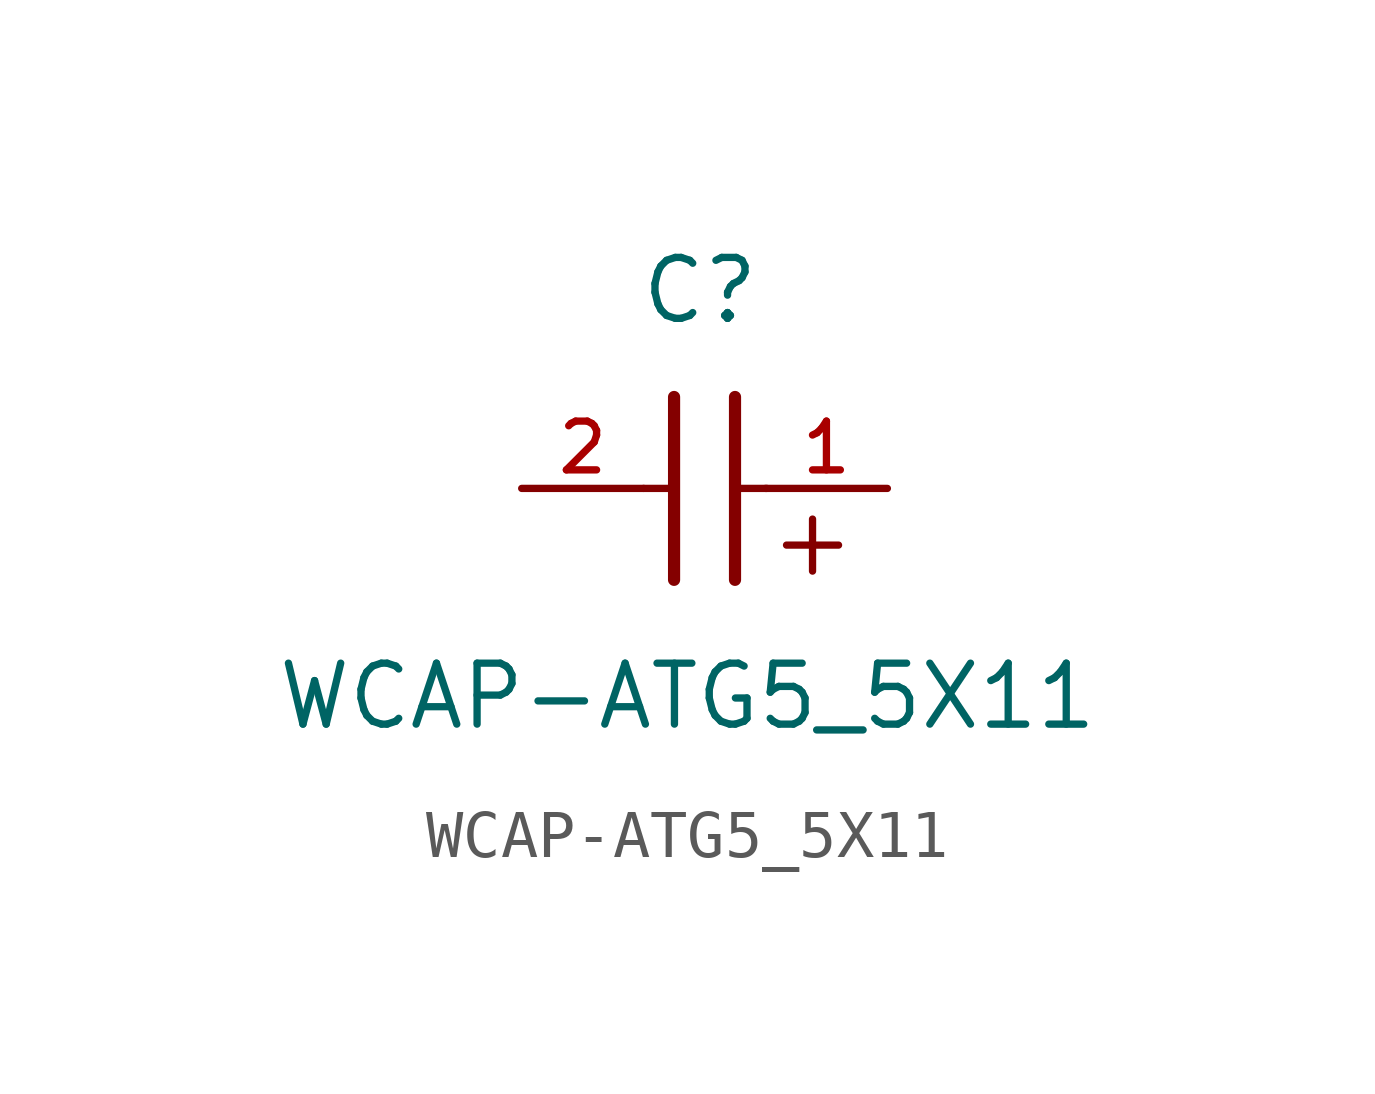
<source format=kicad_sym>
(kicad_symbol_lib
  (version 20211014)
  (generator kicad_symbol_editor)
  (symbol "WCAP-ATG5_5X11"
    (pin_names
      (offset 1.016))
    (property "Reference" "C"
      (at 1.175 3.38 0)
      (effects (font (size 1.27 1.27)) (justify bottom)))
    (property "Value" "WCAP-ATG5_5X11"
      (at 0.915 -5.075 0)
      (effects (font (size 1.27 1.27)) (justify bottom)))
    (symbol "WCAP-ATG5_5X11_0_0"
      (text "+" (at 2.54 -1.905 0) (effects (font (size 1.422 1.422)) (justify bottom left)))
      (polyline (pts (xy 1.905 1.905) (xy 1.905 -1.905)) (stroke (width 0.254)))
      (polyline (pts (xy 0.635 -1.905) (xy 0.635 1.905)) (stroke (width 0.254)))
      (polyline (pts (xy 0.0 0.0) (xy 0.643 0.0)) (stroke (width 0.152)))
      (polyline (pts (xy 1.928 0.0) (xy 2.57 0.0)) (stroke (width 0.152)))
      (pin passive line (at 5.08 0.0 180.0) (length 2.54) (name "~" (effects (font (size 1.016 1.016)))) (number "1" (effects (font (size 1.016 1.016)))))
      (pin passive line (at -2.54 0.0 0) (length 2.54) (name "~" (effects (font (size 1.016 1.016)))) (number "2" (effects (font (size 1.016 1.016))))))))
</source>
